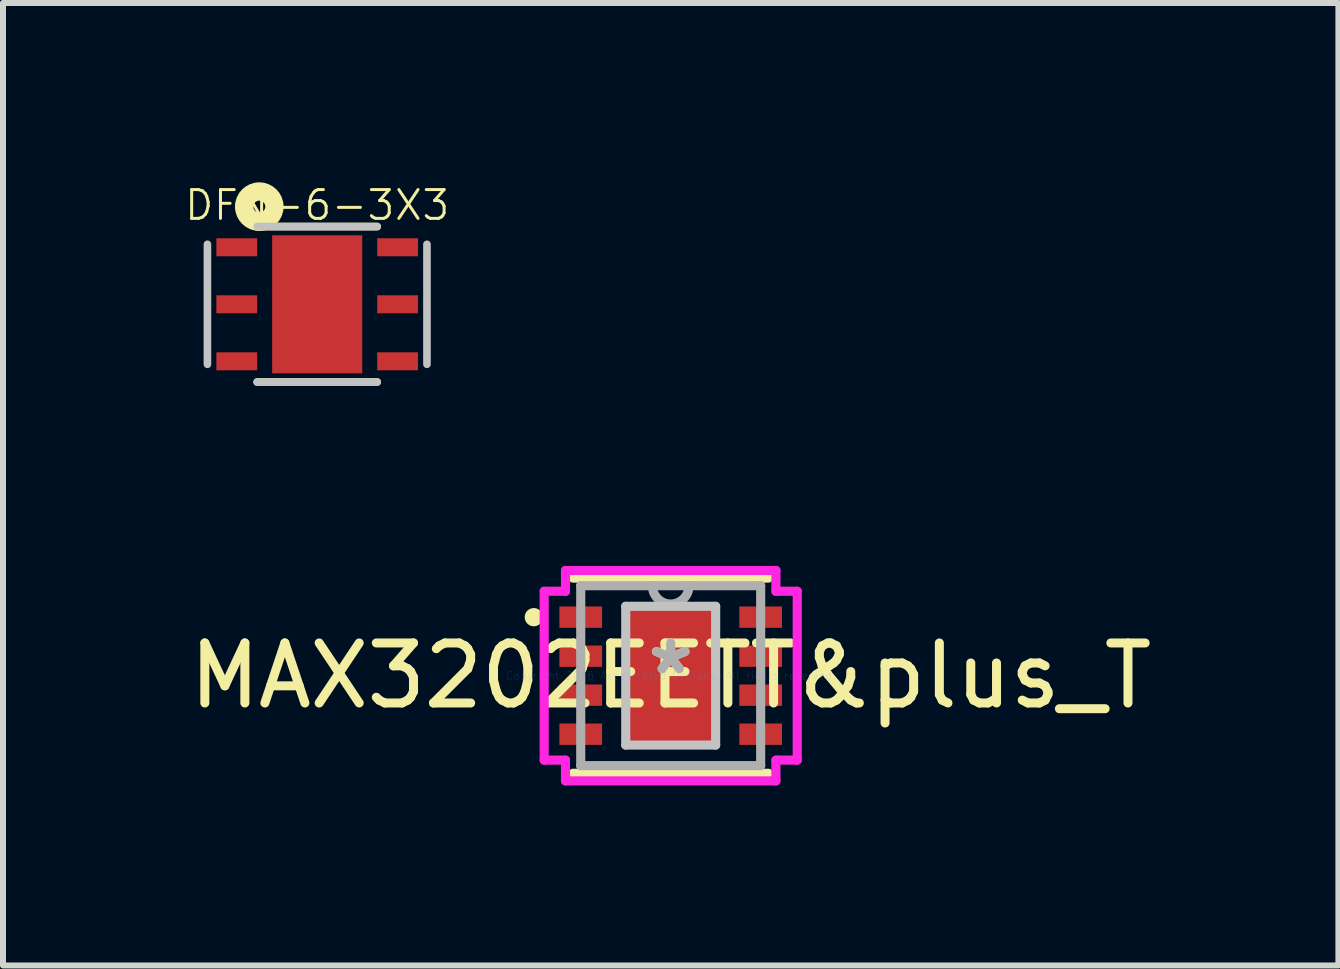
<source format=kicad_pcb>
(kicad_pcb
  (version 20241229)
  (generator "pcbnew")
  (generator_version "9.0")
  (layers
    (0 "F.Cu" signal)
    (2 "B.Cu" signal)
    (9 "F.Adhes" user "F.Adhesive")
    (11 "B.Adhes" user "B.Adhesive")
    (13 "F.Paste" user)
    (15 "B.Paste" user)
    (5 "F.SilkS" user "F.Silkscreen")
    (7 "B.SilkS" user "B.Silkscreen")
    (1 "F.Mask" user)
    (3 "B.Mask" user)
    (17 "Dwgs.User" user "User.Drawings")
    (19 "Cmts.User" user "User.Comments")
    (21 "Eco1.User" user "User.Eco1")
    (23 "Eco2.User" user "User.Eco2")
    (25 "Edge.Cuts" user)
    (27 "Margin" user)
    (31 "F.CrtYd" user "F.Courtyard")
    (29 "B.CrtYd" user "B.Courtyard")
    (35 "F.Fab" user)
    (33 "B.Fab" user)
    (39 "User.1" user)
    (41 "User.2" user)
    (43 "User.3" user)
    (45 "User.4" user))
  (footprint "DFN-6-3X3"
    (layer "F.Cu")
    (at 2.235 2.02)
    (property "Reference" "DFN-6-3X3" (at 0 -1.651 0) (layer "F.SilkS") (effects (font (size 0.48 0.48) (thickness 0.05))))
    (attr smd)
    (fp_line (start -1 -1.295) (end 1 -1.295) (stroke (width 0.127) (type solid)) (layer "F.SilkS"))
    (fp_line (start -1 1.295) (end 1 1.295) (stroke (width 0.127) (type solid)) (layer "F.SilkS"))
    (fp_circle (center -0.965 -1.627) (end -0.865 -1.627) (stroke (width 0.305) (type solid)) (fill no) (layer "F.SilkS"))
    (fp_line (start -1.829 -1) (end -1.829 1) (stroke (width 0.127) (type solid)) (layer "Dwgs.User"))
    (fp_line (start -1 1.295) (end 1 1.295) (stroke (width 0.127) (type solid)) (layer "Dwgs.User"))
    (fp_line (start 1 -1.295) (end -1 -1.295) (stroke (width 0.127) (type solid)) (layer "Dwgs.User"))
    (fp_line (start 1.829 1) (end 1.829 -1) (stroke (width 0.127) (type solid)) (layer "Dwgs.User"))
    (pad "1" smd rect (at -1.34 -0.95 180) (size 0.68 0.3) (layers "F.Cu" "F.Mask" "F.Paste"))
    (pad "2" smd rect (at -1.34 0) (size 0.68 0.3) (layers "F.Cu" "F.Mask" "F.Paste"))
    (pad "3" smd rect (at -1.34 0.95) (size 0.68 0.3) (layers "F.Cu" "F.Mask" "F.Paste"))
    (pad "4" smd rect (at 1.34 0.95) (size 0.68 0.3) (layers "F.Cu" "F.Mask" "F.Paste"))
    (pad "5" smd rect (at 1.34 0) (size 0.68 0.3) (layers "F.Cu" "F.Mask" "F.Paste"))
    (pad "6" smd rect (at 1.34 -0.95) (size 0.68 0.3) (layers "F.Cu" "F.Mask" "F.Paste"))
    (pad "7" smd rect (at 0 0 180) (size 1.5 2.3) (layers "F.Cu" "F.Mask" "F.Paste")))
  (footprint "MAX3202EETT&plus_T"
    (layer "F.Cu")
    (at 8.125 8.208)
    (property "Reference" "MAX3202EETT&plus_T" (at 0 0 0) (layer "F.SilkS") (effects (font (size 1 1) (thickness 0.15))))
    (attr through_hole)
    (fp_line (start -1.626 1.626) (end 1.626 1.626) (stroke (width 0.152) (type solid)) (layer "F.SilkS"))
    (fp_line (start 1.626 -1.626) (end -1.626 -1.626) (stroke (width 0.152) (type solid)) (layer "F.SilkS"))
    (fp_circle (center -2.281 -0.975) (end -2.205 -0.975) (stroke (width 0.152) (type solid)) (fill no) (layer "F.SilkS"))
    (fp_line (start -0.749 -1.156) (end -0.749 1.156) (stroke (width 0.152) (type solid)) (layer "Dwgs.User"))
    (fp_line (start -0.749 1.156) (end 0.749 1.156) (stroke (width 0.152) (type solid)) (layer "Dwgs.User"))
    (fp_line (start 0.749 -1.156) (end -0.749 -1.156) (stroke (width 0.152) (type solid)) (layer "Dwgs.User"))
    (fp_line (start 0.749 1.156) (end 0.749 -1.156) (stroke (width 0.152) (type solid)) (layer "Dwgs.User"))
    (fp_line (start -2.108 -1.407) (end -1.753 -1.407) (stroke (width 0.152) (type solid)) (layer "F.CrtYd"))
    (fp_line (start -2.108 1.407) (end -2.108 -1.407) (stroke (width 0.152) (type solid)) (layer "F.CrtYd"))
    (fp_line (start -1.753 -1.753) (end 1.753 -1.753) (stroke (width 0.152) (type solid)) (layer "F.CrtYd"))
    (fp_line (start -1.753 -1.407) (end -1.753 -1.753) (stroke (width 0.152) (type solid)) (layer "F.CrtYd"))
    (fp_line (start -1.753 1.407) (end -2.108 1.407) (stroke (width 0.152) (type solid)) (layer "F.CrtYd"))
    (fp_line (start -1.753 1.753) (end -1.753 1.407) (stroke (width 0.152) (type solid)) (layer "F.CrtYd"))
    (fp_line (start 1.753 -1.753) (end 1.753 -1.407) (stroke (width 0.152) (type solid)) (layer "F.CrtYd"))
    (fp_line (start 1.753 -1.407) (end 2.108 -1.407) (stroke (width 0.152) (type solid)) (layer "F.CrtYd"))
    (fp_line (start 1.753 1.407) (end 1.753 1.753) (stroke (width 0.152) (type solid)) (layer "F.CrtYd"))
    (fp_line (start 1.753 1.753) (end -1.753 1.753) (stroke (width 0.152) (type solid)) (layer "F.CrtYd"))
    (fp_line (start 2.108 -1.407) (end 2.108 1.407) (stroke (width 0.152) (type solid)) (layer "F.CrtYd"))
    (fp_line (start 2.108 1.407) (end 1.753 1.407) (stroke (width 0.152) (type solid)) (layer "F.CrtYd"))
    (fp_line (start -1.499 -1.499) (end -1.499 1.499) (stroke (width 0.152) (type solid)) (layer "F.Fab"))
    (fp_line (start -1.499 1.499) (end 1.499 1.499) (stroke (width 0.152) (type solid)) (layer "F.Fab"))
    (fp_line (start 1.499 -1.499) (end -1.499 -1.499) (stroke (width 0.152) (type solid)) (layer "F.Fab"))
    (fp_line (start 1.499 1.499) (end 1.499 -1.499) (stroke (width 0.152) (type solid)) (layer "F.Fab"))
    (fp_arc (start 0.3048 -1.4986) (mid 0 -1.1938) (end -0.3048 -1.4986) (stroke (width 0.1524) (type solid)) (layer "F.Fab"))
    (fp_text user "*" (at 0 0 0) (layer "F.SilkS") (effects (font (size 1 1) (thickness 0.15))))
    (fp_text user "Copyright 2016 Accelerated Designs. All rights reserved." (at 0 0 0) (layer "Cmts.User") (effects (font (size 0.127 0.127) (thickness 0.002))))
    (fp_text user "*" (at 0 0 0) (layer "F.Fab") (effects (font (size 1 1) (thickness 0.15))))
    (pad "1" smd rect (at -1.499 -0.975) (size 0.711 0.356) (layers "F.Cu" "F.Mask" "F.Paste"))
    (pad "2" smd rect (at -1.499 -0.325) (size 0.711 0.356) (layers "F.Cu" "F.Mask" "F.Paste"))
    (pad "3" smd rect (at -1.499 0.325) (size 0.711 0.356) (layers "F.Cu" "F.Mask" "F.Paste"))
    (pad "4" smd rect (at -1.499 0.975) (size 0.711 0.356) (layers "F.Cu" "F.Mask" "F.Paste"))
    (pad "5" smd rect (at 1.499 0.975) (size 0.711 0.356) (layers "F.Cu" "F.Mask" "F.Paste"))
    (pad "6" smd rect (at 1.499 0.325) (size 0.711 0.356) (layers "F.Cu" "F.Mask" "F.Paste"))
    (pad "7" smd rect (at 1.499 -0.325) (size 0.711 0.356) (layers "F.Cu" "F.Mask" "F.Paste"))
    (pad "8" smd rect (at 1.499 -0.975) (size 0.711 0.356) (layers "F.Cu" "F.Mask" "F.Paste"))
    (pad "9" smd rect (at 0 0) (size 1.499 2.311) (layers "F.Cu" "F.Mask" "F.Paste")))
  (gr_rect
    (start -3 -3)
    (end 19.25 13.036)
    (stroke (width 0.1) (type default))
    (fill no)
    (layer "Edge.Cuts")))
</source>
